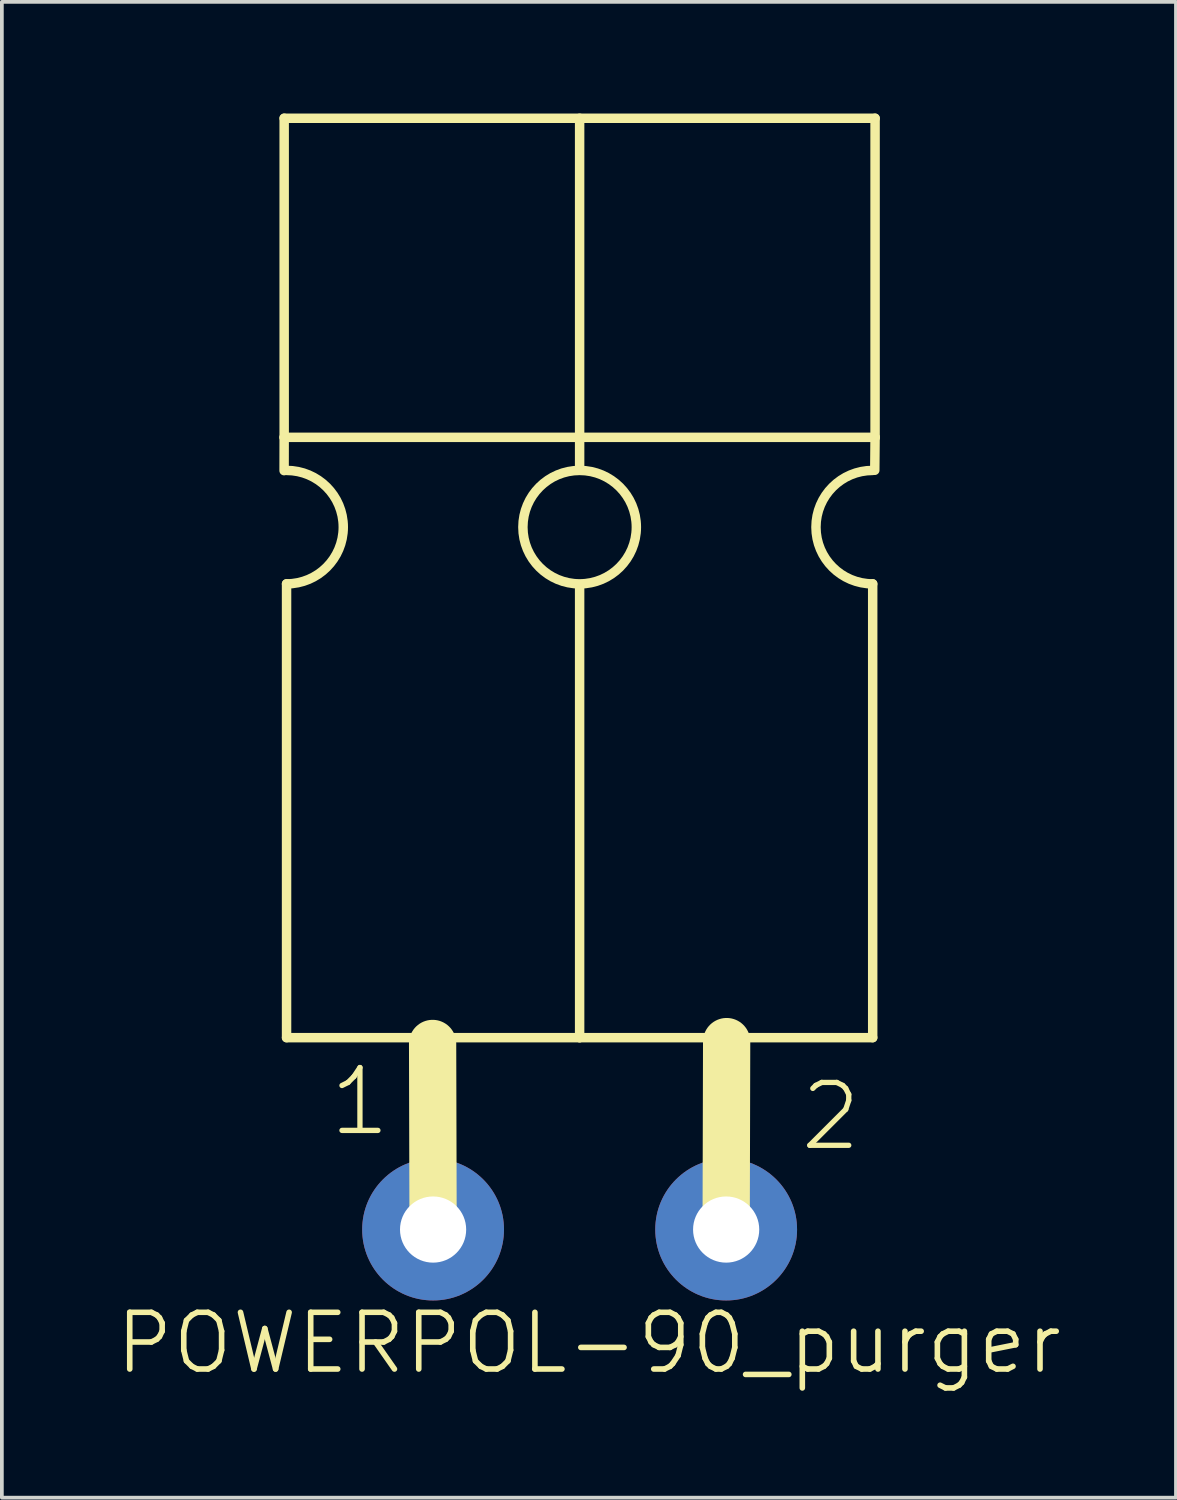
<source format=kicad_pcb>
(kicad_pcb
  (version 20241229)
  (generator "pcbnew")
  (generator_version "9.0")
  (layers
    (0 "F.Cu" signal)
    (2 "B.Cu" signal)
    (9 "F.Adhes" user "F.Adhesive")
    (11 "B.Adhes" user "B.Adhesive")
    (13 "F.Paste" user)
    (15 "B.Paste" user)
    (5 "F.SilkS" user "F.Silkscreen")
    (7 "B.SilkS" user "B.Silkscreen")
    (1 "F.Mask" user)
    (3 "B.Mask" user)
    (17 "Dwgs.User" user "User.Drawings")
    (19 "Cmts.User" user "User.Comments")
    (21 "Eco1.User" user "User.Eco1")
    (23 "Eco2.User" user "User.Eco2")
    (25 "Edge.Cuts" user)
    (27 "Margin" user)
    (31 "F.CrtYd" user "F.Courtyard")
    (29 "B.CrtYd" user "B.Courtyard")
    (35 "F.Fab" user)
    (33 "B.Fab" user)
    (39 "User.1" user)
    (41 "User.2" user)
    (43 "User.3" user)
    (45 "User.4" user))
  (footprint "POWERPOL-90_purger"
    (layer "F.Cu")
    (at 12.523 29.985)
    (property "Reference" "POWERPOL-90_purger" (at 0.25 3.05 0) (layer "F.SilkS") (effects (font (size 1.524 1.524) (thickness 0.15))))
    (attr through_hole)
    (fp_line (start -7.94 -20.39) (end -7.938 -21.285) (stroke (width 0.254) (type solid)) (layer "F.SilkS"))
    (fp_line (start -7.938 -29.858) (end 7.938 -29.858) (stroke (width 0.254) (type solid)) (layer "F.SilkS"))
    (fp_line (start -7.938 -21.285) (end -7.938 -29.858) (stroke (width 0.254) (type solid)) (layer "F.SilkS"))
    (fp_line (start -7.938 -21.285) (end 7.938 -21.285) (stroke (width 0.254) (type solid)) (layer "F.SilkS"))
    (fp_line (start -7.874 -17.348) (end -7.874 -5.156) (stroke (width 0.254) (type solid)) (layer "F.SilkS"))
    (fp_line (start -7.874 -5.156) (end -3.937 -5.156) (stroke (width 0.254) (type solid)) (layer "F.SilkS"))
    (fp_line (start -3.937 -5.156) (end 0 -5.156) (stroke (width 0.254) (type solid)) (layer "F.SilkS"))
    (fp_line (start -3.937 0) (end -3.95 -5) (stroke (width 1.27) (type solid)) (layer "F.SilkS"))
    (fp_line (start 0 -20.4) (end 0 -29.858) (stroke (width 0.254) (type solid)) (layer "F.SilkS"))
    (fp_line (start 0 -17.285) (end 0 -5.156) (stroke (width 0.254) (type solid)) (layer "F.SilkS"))
    (fp_line (start 0 -5.156) (end 3.937 -5.156) (stroke (width 0.254) (type solid)) (layer "F.SilkS"))
    (fp_line (start 3.937 -5.156) (end 7.874 -5.156) (stroke (width 0.254) (type solid)) (layer "F.SilkS"))
    (fp_line (start 3.937 0) (end 3.95 -5.05) (stroke (width 1.27) (type solid)) (layer "F.SilkS"))
    (fp_line (start 7.874 -5.156) (end 7.874 -17.348) (stroke (width 0.254) (type solid)) (layer "F.SilkS"))
    (fp_line (start 7.938 -29.858) (end 7.938 -21.285) (stroke (width 0.254) (type solid)) (layer "F.SilkS"))
    (fp_line (start 7.938 -21.285) (end 7.93 -20.4) (stroke (width 0.254) (type solid)) (layer "F.SilkS"))
    (fp_arc (start -7.874 -20.396) (mid -6.35 -18.872) (end -7.874 -17.348) (stroke (width 0.254) (type solid)) (layer "F.SilkS"))
    (fp_arc (start 7.874 -17.348) (mid 6.35 -18.872) (end 7.874 -20.396) (stroke (width 0.254) (type solid)) (layer "F.SilkS"))
    (fp_circle (center 0 -18.872) (end 1.524 -18.872) (stroke (width 0.254) (type solid)) (fill no) (layer "F.SilkS"))
    (fp_text user "1" (at -6.8 -2.45 0) (layer "F.SilkS") (effects (font (size 1.689 1.689) (thickness 0.142)) (justify left bottom)))
    (fp_text user "2" (at 5.85 -2.05 0) (layer "F.SilkS") (effects (font (size 1.689 1.689) (thickness 0.142)) (justify left bottom)))
    (pad "1" thru_hole circle (at -3.937 0) (size 3.81 3.81) (drill 1.778) (layers "*.Cu" "*.Mask"))
    (pad "2" thru_hole circle (at 3.937 0) (size 3.81 3.81) (drill 1.778) (layers "*.Cu" "*.Mask")))
  (gr_rect
    (start -3 -3)
    (end 28.545 37.189)
    (stroke (width 0.1) (type default))
    (fill no)
    (layer "Edge.Cuts")))
</source>
